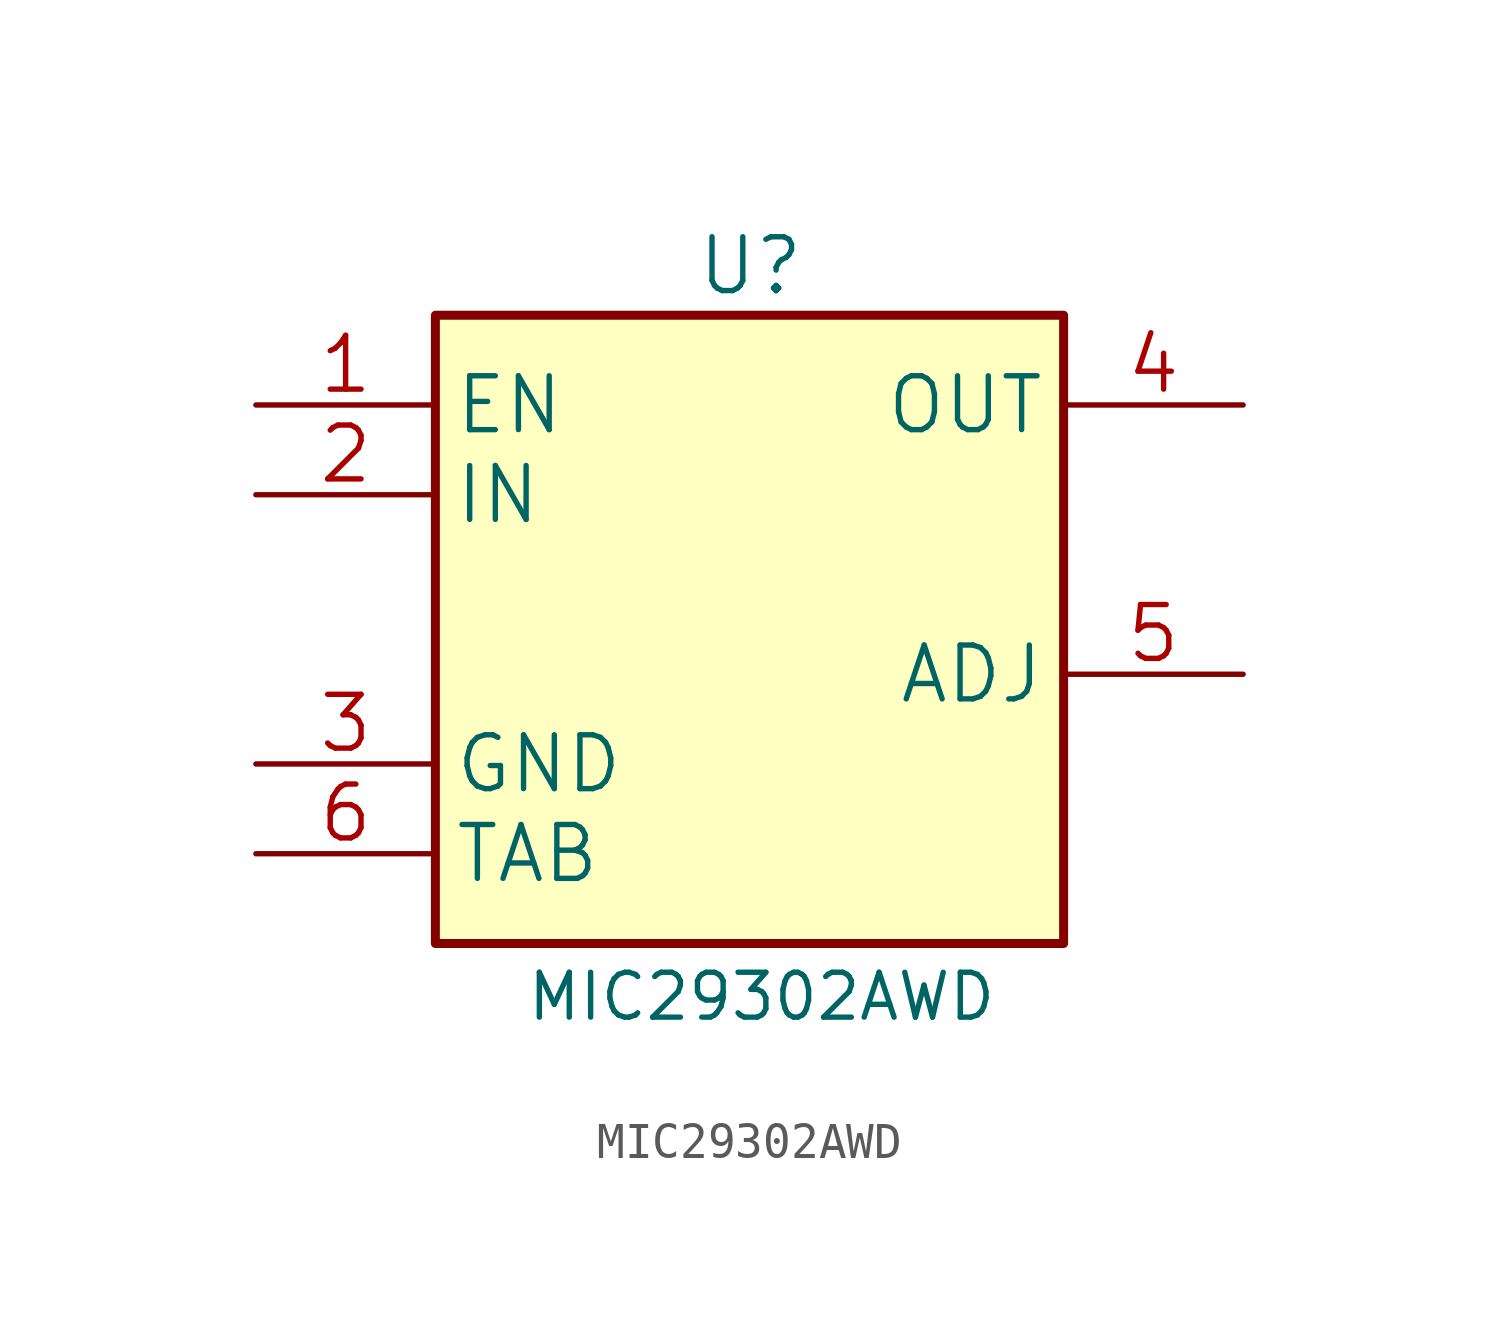
<source format=kicad_sym>
(kicad_symbol_lib
  (version 20231120)
  (generator "kicad_symbol_editor")
  (generator_version "8.0")
  (symbol "MIC29302AWD"
    (property "Reference" "U"
      (at 14.986 7.366 0)
      (do_not_autoplace)
      (effects (font (size 1.524 1.524)) (justify left top)))
    (property "Value" "MIC29302AWD"
      (at 10.16 -13.462 0)
      (do_not_autoplace)
      (effects (font (size 1.27 1.27)) (justify left top)))
    (symbol "MIC29302AWD_1_1"
      (rectangle (start 7.62 5.08) (end 25.4 -12.7) (stroke (width 0.254) (type default)) (fill (type background)))
      (pin passive line (at 2.54 2.54 0) (length 5.08) (name "EN" (effects (font (size 1.524 1.524)))) (number "1" (effects (font (size 1.524 1.524)))))
      (pin passive line (at 2.54 0 0) (length 5.08) (name "IN" (effects (font (size 1.524 1.524)))) (number "2" (effects (font (size 1.524 1.524)))))
      (pin passive line (at 2.54 -7.62 0) (length 5.08) (name "GND" (effects (font (size 1.524 1.524)))) (number "3" (effects (font (size 1.524 1.524)))))
      (pin passive line (at 30.48 2.54 180) (length 5.08) (name "OUT" (effects (font (size 1.524 1.524)))) (number "4" (effects (font (size 1.524 1.524)))))
      (pin passive line (at 30.48 -5.08 180) (length 5.08) (name "ADJ" (effects (font (size 1.524 1.524)))) (number "5" (effects (font (size 1.524 1.524)))))
      (pin passive line (at 2.54 -10.16 0) (length 5.08) (name "TAB" (effects (font (size 1.524 1.524)))) (number "6" (effects (font (size 1.524 1.524))))))))
</source>
